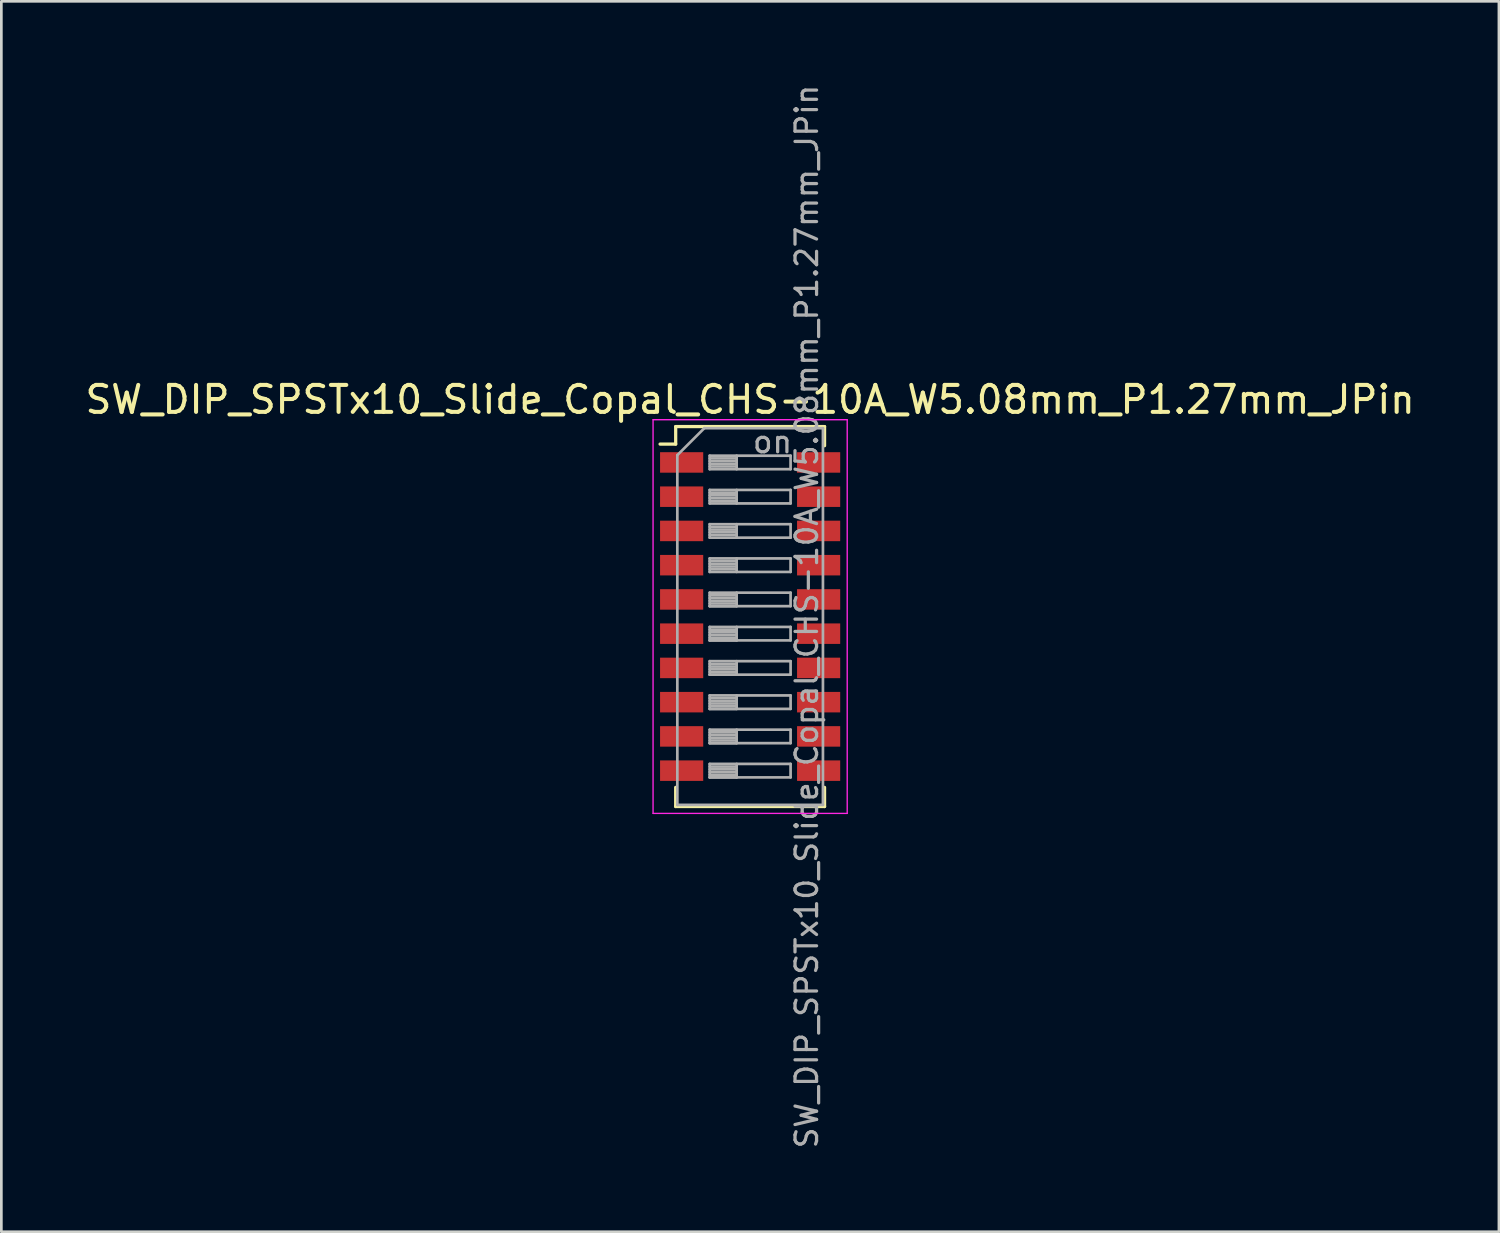
<source format=kicad_pcb>
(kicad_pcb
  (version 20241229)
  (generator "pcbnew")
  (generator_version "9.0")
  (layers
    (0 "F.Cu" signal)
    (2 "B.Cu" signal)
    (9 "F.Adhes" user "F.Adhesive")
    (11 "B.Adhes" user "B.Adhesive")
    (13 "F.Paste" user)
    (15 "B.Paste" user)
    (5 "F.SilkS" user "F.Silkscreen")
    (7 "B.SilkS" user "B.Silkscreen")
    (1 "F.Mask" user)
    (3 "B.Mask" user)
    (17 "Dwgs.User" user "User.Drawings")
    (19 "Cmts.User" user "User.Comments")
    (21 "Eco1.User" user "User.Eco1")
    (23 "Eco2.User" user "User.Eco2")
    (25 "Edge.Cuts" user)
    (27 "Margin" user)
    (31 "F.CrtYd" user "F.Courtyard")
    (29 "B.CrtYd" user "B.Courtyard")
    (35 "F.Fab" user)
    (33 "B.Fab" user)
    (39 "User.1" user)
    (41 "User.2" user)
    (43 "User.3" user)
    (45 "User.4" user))
  (footprint "SW_DIP_SPSTx10_Slide_Copal_CHS-10A_W5.08mm_P1.27mm_JPin"
    (layer "F.Cu")
    (at 24.768 19.814)
    (property "Reference" "SW_DIP_SPSTx10_Slide_Copal_CHS-10A_W5.08mm_P1.27mm_JPin" (at 0 -8.045 0) (layer "F.SilkS") (effects (font (size 1 1) (thickness 0.15))))
    (attr smd)
    (fp_line (start -3.34 -6.395) (end -2.761 -6.395) (stroke (width 0.12) (type solid)) (layer "F.SilkS"))
    (fp_line (start -2.761 -7.045) (end -2.761 -6.395) (stroke (width 0.12) (type solid)) (layer "F.SilkS"))
    (fp_line (start -2.761 -7.045) (end 2.76 -7.045) (stroke (width 0.12) (type solid)) (layer "F.SilkS"))
    (fp_line (start -2.761 6.335) (end -2.761 7.045) (stroke (width 0.12) (type solid)) (layer "F.SilkS"))
    (fp_line (start -2.761 7.045) (end 2.76 7.045) (stroke (width 0.12) (type solid)) (layer "F.SilkS"))
    (fp_line (start 2.76 -7.045) (end 2.76 -6.335) (stroke (width 0.12) (type solid)) (layer "F.SilkS"))
    (fp_line (start 2.76 6.335) (end 2.76 7.045) (stroke (width 0.12) (type solid)) (layer "F.SilkS"))
    (fp_line (start -3.6 -7.3) (end -3.6 7.3) (stroke (width 0.05) (type solid)) (layer "F.CrtYd"))
    (fp_line (start -3.6 7.3) (end 3.6 7.3) (stroke (width 0.05) (type solid)) (layer "F.CrtYd"))
    (fp_line (start 3.6 -7.3) (end -3.6 -7.3) (stroke (width 0.05) (type solid)) (layer "F.CrtYd"))
    (fp_line (start 3.6 7.3) (end 3.6 -7.3) (stroke (width 0.05) (type solid)) (layer "F.CrtYd"))
    (fp_line (start -2.7 -5.985) (end -1.7 -6.985) (stroke (width 0.1) (type solid)) (layer "F.Fab"))
    (fp_line (start -2.7 6.985) (end -2.7 -5.985) (stroke (width 0.1) (type solid)) (layer "F.Fab"))
    (fp_line (start -1.7 -6.985) (end 2.7 -6.985) (stroke (width 0.1) (type solid)) (layer "F.Fab"))
    (fp_line (start -1.5 -5.965) (end -1.5 -5.465) (stroke (width 0.1) (type solid)) (layer "F.Fab"))
    (fp_line (start -1.5 -5.865) (end -0.5 -5.865) (stroke (width 0.1) (type solid)) (layer "F.Fab"))
    (fp_line (start -1.5 -5.765) (end -0.5 -5.765) (stroke (width 0.1) (type solid)) (layer "F.Fab"))
    (fp_line (start -1.5 -5.665) (end -0.5 -5.665) (stroke (width 0.1) (type solid)) (layer "F.Fab"))
    (fp_line (start -1.5 -5.565) (end -0.5 -5.565) (stroke (width 0.1) (type solid)) (layer "F.Fab"))
    (fp_line (start -1.5 -5.465) (end 1.5 -5.465) (stroke (width 0.1) (type solid)) (layer "F.Fab"))
    (fp_line (start -1.5 -4.695) (end -1.5 -4.195) (stroke (width 0.1) (type solid)) (layer "F.Fab"))
    (fp_line (start -1.5 -4.595) (end -0.5 -4.595) (stroke (width 0.1) (type solid)) (layer "F.Fab"))
    (fp_line (start -1.5 -4.495) (end -0.5 -4.495) (stroke (width 0.1) (type solid)) (layer "F.Fab"))
    (fp_line (start -1.5 -4.395) (end -0.5 -4.395) (stroke (width 0.1) (type solid)) (layer "F.Fab"))
    (fp_line (start -1.5 -4.295) (end -0.5 -4.295) (stroke (width 0.1) (type solid)) (layer "F.Fab"))
    (fp_line (start -1.5 -4.195) (end 1.5 -4.195) (stroke (width 0.1) (type solid)) (layer "F.Fab"))
    (fp_line (start -1.5 -3.425) (end -1.5 -2.925) (stroke (width 0.1) (type solid)) (layer "F.Fab"))
    (fp_line (start -1.5 -3.325) (end -0.5 -3.325) (stroke (width 0.1) (type solid)) (layer "F.Fab"))
    (fp_line (start -1.5 -3.225) (end -0.5 -3.225) (stroke (width 0.1) (type solid)) (layer "F.Fab"))
    (fp_line (start -1.5 -3.125) (end -0.5 -3.125) (stroke (width 0.1) (type solid)) (layer "F.Fab"))
    (fp_line (start -1.5 -3.025) (end -0.5 -3.025) (stroke (width 0.1) (type solid)) (layer "F.Fab"))
    (fp_line (start -1.5 -2.925) (end 1.5 -2.925) (stroke (width 0.1) (type solid)) (layer "F.Fab"))
    (fp_line (start -1.5 -2.155) (end -1.5 -1.655) (stroke (width 0.1) (type solid)) (layer "F.Fab"))
    (fp_line (start -1.5 -2.055) (end -0.5 -2.055) (stroke (width 0.1) (type solid)) (layer "F.Fab"))
    (fp_line (start -1.5 -1.955) (end -0.5 -1.955) (stroke (width 0.1) (type solid)) (layer "F.Fab"))
    (fp_line (start -1.5 -1.855) (end -0.5 -1.855) (stroke (width 0.1) (type solid)) (layer "F.Fab"))
    (fp_line (start -1.5 -1.755) (end -0.5 -1.755) (stroke (width 0.1) (type solid)) (layer "F.Fab"))
    (fp_line (start -1.5 -1.655) (end 1.5 -1.655) (stroke (width 0.1) (type solid)) (layer "F.Fab"))
    (fp_line (start -1.5 -0.885) (end -1.5 -0.385) (stroke (width 0.1) (type solid)) (layer "F.Fab"))
    (fp_line (start -1.5 -0.785) (end -0.5 -0.785) (stroke (width 0.1) (type solid)) (layer "F.Fab"))
    (fp_line (start -1.5 -0.685) (end -0.5 -0.685) (stroke (width 0.1) (type solid)) (layer "F.Fab"))
    (fp_line (start -1.5 -0.585) (end -0.5 -0.585) (stroke (width 0.1) (type solid)) (layer "F.Fab"))
    (fp_line (start -1.5 -0.485) (end -0.5 -0.485) (stroke (width 0.1) (type solid)) (layer "F.Fab"))
    (fp_line (start -1.5 -0.385) (end -0.5 -0.385) (stroke (width 0.1) (type solid)) (layer "F.Fab"))
    (fp_line (start -1.5 -0.385) (end 1.5 -0.385) (stroke (width 0.1) (type solid)) (layer "F.Fab"))
    (fp_line (start -1.5 0.385) (end -1.5 0.885) (stroke (width 0.1) (type solid)) (layer "F.Fab"))
    (fp_line (start -1.5 0.485) (end -0.5 0.485) (stroke (width 0.1) (type solid)) (layer "F.Fab"))
    (fp_line (start -1.5 0.585) (end -0.5 0.585) (stroke (width 0.1) (type solid)) (layer "F.Fab"))
    (fp_line (start -1.5 0.685) (end -0.5 0.685) (stroke (width 0.1) (type solid)) (layer "F.Fab"))
    (fp_line (start -1.5 0.785) (end -0.5 0.785) (stroke (width 0.1) (type solid)) (layer "F.Fab"))
    (fp_line (start -1.5 0.885) (end -0.5 0.885) (stroke (width 0.1) (type solid)) (layer "F.Fab"))
    (fp_line (start -1.5 0.885) (end 1.5 0.885) (stroke (width 0.1) (type solid)) (layer "F.Fab"))
    (fp_line (start -1.5 1.655) (end -1.5 2.155) (stroke (width 0.1) (type solid)) (layer "F.Fab"))
    (fp_line (start -1.5 1.755) (end -0.5 1.755) (stroke (width 0.1) (type solid)) (layer "F.Fab"))
    (fp_line (start -1.5 1.855) (end -0.5 1.855) (stroke (width 0.1) (type solid)) (layer "F.Fab"))
    (fp_line (start -1.5 1.955) (end -0.5 1.955) (stroke (width 0.1) (type solid)) (layer "F.Fab"))
    (fp_line (start -1.5 2.055) (end -0.5 2.055) (stroke (width 0.1) (type solid)) (layer "F.Fab"))
    (fp_line (start -1.5 2.155) (end -0.5 2.155) (stroke (width 0.1) (type solid)) (layer "F.Fab"))
    (fp_line (start -1.5 2.155) (end 1.5 2.155) (stroke (width 0.1) (type solid)) (layer "F.Fab"))
    (fp_line (start -1.5 2.925) (end -1.5 3.425) (stroke (width 0.1) (type solid)) (layer "F.Fab"))
    (fp_line (start -1.5 3.025) (end -0.5 3.025) (stroke (width 0.1) (type solid)) (layer "F.Fab"))
    (fp_line (start -1.5 3.125) (end -0.5 3.125) (stroke (width 0.1) (type solid)) (layer "F.Fab"))
    (fp_line (start -1.5 3.225) (end -0.5 3.225) (stroke (width 0.1) (type solid)) (layer "F.Fab"))
    (fp_line (start -1.5 3.325) (end -0.5 3.325) (stroke (width 0.1) (type solid)) (layer "F.Fab"))
    (fp_line (start -1.5 3.425) (end -0.5 3.425) (stroke (width 0.1) (type solid)) (layer "F.Fab"))
    (fp_line (start -1.5 3.425) (end 1.5 3.425) (stroke (width 0.1) (type solid)) (layer "F.Fab"))
    (fp_line (start -1.5 4.195) (end -1.5 4.695) (stroke (width 0.1) (type solid)) (layer "F.Fab"))
    (fp_line (start -1.5 4.295) (end -0.5 4.295) (stroke (width 0.1) (type solid)) (layer "F.Fab"))
    (fp_line (start -1.5 4.395) (end -0.5 4.395) (stroke (width 0.1) (type solid)) (layer "F.Fab"))
    (fp_line (start -1.5 4.495) (end -0.5 4.495) (stroke (width 0.1) (type solid)) (layer "F.Fab"))
    (fp_line (start -1.5 4.595) (end -0.5 4.595) (stroke (width 0.1) (type solid)) (layer "F.Fab"))
    (fp_line (start -1.5 4.695) (end -0.5 4.695) (stroke (width 0.1) (type solid)) (layer "F.Fab"))
    (fp_line (start -1.5 4.695) (end 1.5 4.695) (stroke (width 0.1) (type solid)) (layer "F.Fab"))
    (fp_line (start -1.5 5.465) (end -1.5 5.965) (stroke (width 0.1) (type solid)) (layer "F.Fab"))
    (fp_line (start -1.5 5.565) (end -0.5 5.565) (stroke (width 0.1) (type solid)) (layer "F.Fab"))
    (fp_line (start -1.5 5.665) (end -0.5 5.665) (stroke (width 0.1) (type solid)) (layer "F.Fab"))
    (fp_line (start -1.5 5.765) (end -0.5 5.765) (stroke (width 0.1) (type solid)) (layer "F.Fab"))
    (fp_line (start -1.5 5.865) (end -0.5 5.865) (stroke (width 0.1) (type solid)) (layer "F.Fab"))
    (fp_line (start -1.5 5.965) (end -0.5 5.965) (stroke (width 0.1) (type solid)) (layer "F.Fab"))
    (fp_line (start -1.5 5.965) (end 1.5 5.965) (stroke (width 0.1) (type solid)) (layer "F.Fab"))
    (fp_line (start -0.5 -5.965) (end -0.5 -5.465) (stroke (width 0.1) (type solid)) (layer "F.Fab"))
    (fp_line (start -0.5 -4.695) (end -0.5 -4.195) (stroke (width 0.1) (type solid)) (layer "F.Fab"))
    (fp_line (start -0.5 -3.425) (end -0.5 -2.925) (stroke (width 0.1) (type solid)) (layer "F.Fab"))
    (fp_line (start -0.5 -2.155) (end -0.5 -1.655) (stroke (width 0.1) (type solid)) (layer "F.Fab"))
    (fp_line (start -0.5 -0.885) (end -0.5 -0.385) (stroke (width 0.1) (type solid)) (layer "F.Fab"))
    (fp_line (start -0.5 0.385) (end -0.5 0.885) (stroke (width 0.1) (type solid)) (layer "F.Fab"))
    (fp_line (start -0.5 1.655) (end -0.5 2.155) (stroke (width 0.1) (type solid)) (layer "F.Fab"))
    (fp_line (start -0.5 2.925) (end -0.5 3.425) (stroke (width 0.1) (type solid)) (layer "F.Fab"))
    (fp_line (start -0.5 4.195) (end -0.5 4.695) (stroke (width 0.1) (type solid)) (layer "F.Fab"))
    (fp_line (start -0.5 5.465) (end -0.5 5.965) (stroke (width 0.1) (type solid)) (layer "F.Fab"))
    (fp_line (start 1.5 -5.965) (end -1.5 -5.965) (stroke (width 0.1) (type solid)) (layer "F.Fab"))
    (fp_line (start 1.5 -5.465) (end 1.5 -5.965) (stroke (width 0.1) (type solid)) (layer "F.Fab"))
    (fp_line (start 1.5 -4.695) (end -1.5 -4.695) (stroke (width 0.1) (type solid)) (layer "F.Fab"))
    (fp_line (start 1.5 -4.195) (end 1.5 -4.695) (stroke (width 0.1) (type solid)) (layer "F.Fab"))
    (fp_line (start 1.5 -3.425) (end -1.5 -3.425) (stroke (width 0.1) (type solid)) (layer "F.Fab"))
    (fp_line (start 1.5 -2.925) (end 1.5 -3.425) (stroke (width 0.1) (type solid)) (layer "F.Fab"))
    (fp_line (start 1.5 -2.155) (end -1.5 -2.155) (stroke (width 0.1) (type solid)) (layer "F.Fab"))
    (fp_line (start 1.5 -1.655) (end 1.5 -2.155) (stroke (width 0.1) (type solid)) (layer "F.Fab"))
    (fp_line (start 1.5 -0.885) (end -1.5 -0.885) (stroke (width 0.1) (type solid)) (layer "F.Fab"))
    (fp_line (start 1.5 -0.385) (end 1.5 -0.885) (stroke (width 0.1) (type solid)) (layer "F.Fab"))
    (fp_line (start 1.5 0.385) (end -1.5 0.385) (stroke (width 0.1) (type solid)) (layer "F.Fab"))
    (fp_line (start 1.5 0.885) (end 1.5 0.385) (stroke (width 0.1) (type solid)) (layer "F.Fab"))
    (fp_line (start 1.5 1.655) (end -1.5 1.655) (stroke (width 0.1) (type solid)) (layer "F.Fab"))
    (fp_line (start 1.5 2.155) (end 1.5 1.655) (stroke (width 0.1) (type solid)) (layer "F.Fab"))
    (fp_line (start 1.5 2.925) (end -1.5 2.925) (stroke (width 0.1) (type solid)) (layer "F.Fab"))
    (fp_line (start 1.5 3.425) (end 1.5 2.925) (stroke (width 0.1) (type solid)) (layer "F.Fab"))
    (fp_line (start 1.5 4.195) (end -1.5 4.195) (stroke (width 0.1) (type solid)) (layer "F.Fab"))
    (fp_line (start 1.5 4.695) (end 1.5 4.195) (stroke (width 0.1) (type solid)) (layer "F.Fab"))
    (fp_line (start 1.5 5.465) (end -1.5 5.465) (stroke (width 0.1) (type solid)) (layer "F.Fab"))
    (fp_line (start 1.5 5.965) (end 1.5 5.465) (stroke (width 0.1) (type solid)) (layer "F.Fab"))
    (fp_line (start 2.7 -6.985) (end 2.7 6.985) (stroke (width 0.1) (type solid)) (layer "F.Fab"))
    (fp_line (start 2.7 6.985) (end -2.7 6.985) (stroke (width 0.1) (type solid)) (layer "F.Fab"))
    (fp_text user "${REFERENCE}" (at 2.1 0 90) (layer "F.Fab") (effects (font (size 0.8 0.8) (thickness 0.12))))
    (fp_text user "on" (at 0.83 -6.475 0) (layer "F.Fab") (effects (font (size 0.8 0.8) (thickness 0.12))))
    (pad "1" smd rect (at -2.54 -5.715) (size 1.6 0.76) (layers "F.Cu" "F.Mask" "F.Paste"))
    (pad "2" smd rect (at -2.54 -4.445) (size 1.6 0.76) (layers "F.Cu" "F.Mask" "F.Paste"))
    (pad "3" smd rect (at -2.54 -3.175) (size 1.6 0.76) (layers "F.Cu" "F.Mask" "F.Paste"))
    (pad "4" smd rect (at -2.54 -1.905) (size 1.6 0.76) (layers "F.Cu" "F.Mask" "F.Paste"))
    (pad "5" smd rect (at -2.54 -0.635) (size 1.6 0.76) (layers "F.Cu" "F.Mask" "F.Paste"))
    (pad "6" smd rect (at -2.54 0.635) (size 1.6 0.76) (layers "F.Cu" "F.Mask" "F.Paste"))
    (pad "7" smd rect (at -2.54 1.905) (size 1.6 0.76) (layers "F.Cu" "F.Mask" "F.Paste"))
    (pad "8" smd rect (at -2.54 3.175) (size 1.6 0.76) (layers "F.Cu" "F.Mask" "F.Paste"))
    (pad "9" smd rect (at -2.54 4.445) (size 1.6 0.76) (layers "F.Cu" "F.Mask" "F.Paste"))
    (pad "10" smd rect (at -2.54 5.715) (size 1.6 0.76) (layers "F.Cu" "F.Mask" "F.Paste"))
    (pad "11" smd rect (at 2.54 5.715) (size 1.6 0.76) (layers "F.Cu" "F.Mask" "F.Paste"))
    (pad "12" smd rect (at 2.54 4.445) (size 1.6 0.76) (layers "F.Cu" "F.Mask" "F.Paste"))
    (pad "13" smd rect (at 2.54 3.175) (size 1.6 0.76) (layers "F.Cu" "F.Mask" "F.Paste"))
    (pad "14" smd rect (at 2.54 1.905) (size 1.6 0.76) (layers "F.Cu" "F.Mask" "F.Paste"))
    (pad "15" smd rect (at 2.54 0.635) (size 1.6 0.76) (layers "F.Cu" "F.Mask" "F.Paste"))
    (pad "16" smd rect (at 2.54 -0.635) (size 1.6 0.76) (layers "F.Cu" "F.Mask" "F.Paste"))
    (pad "17" smd rect (at 2.54 -1.905) (size 1.6 0.76) (layers "F.Cu" "F.Mask" "F.Paste"))
    (pad "18" smd rect (at 2.54 -3.175) (size 1.6 0.76) (layers "F.Cu" "F.Mask" "F.Paste"))
    (pad "19" smd rect (at 2.54 -4.445) (size 1.6 0.76) (layers "F.Cu" "F.Mask" "F.Paste"))
    (pad "20" smd rect (at 2.54 -5.715) (size 1.6 0.76) (layers "F.Cu" "F.Mask" "F.Paste")))
  (gr_rect
    (start -3 -3)
    (end 52.536 42.629)
    (stroke (width 0.1) (type default))
    (fill no)
    (layer "Edge.Cuts")))
</source>
